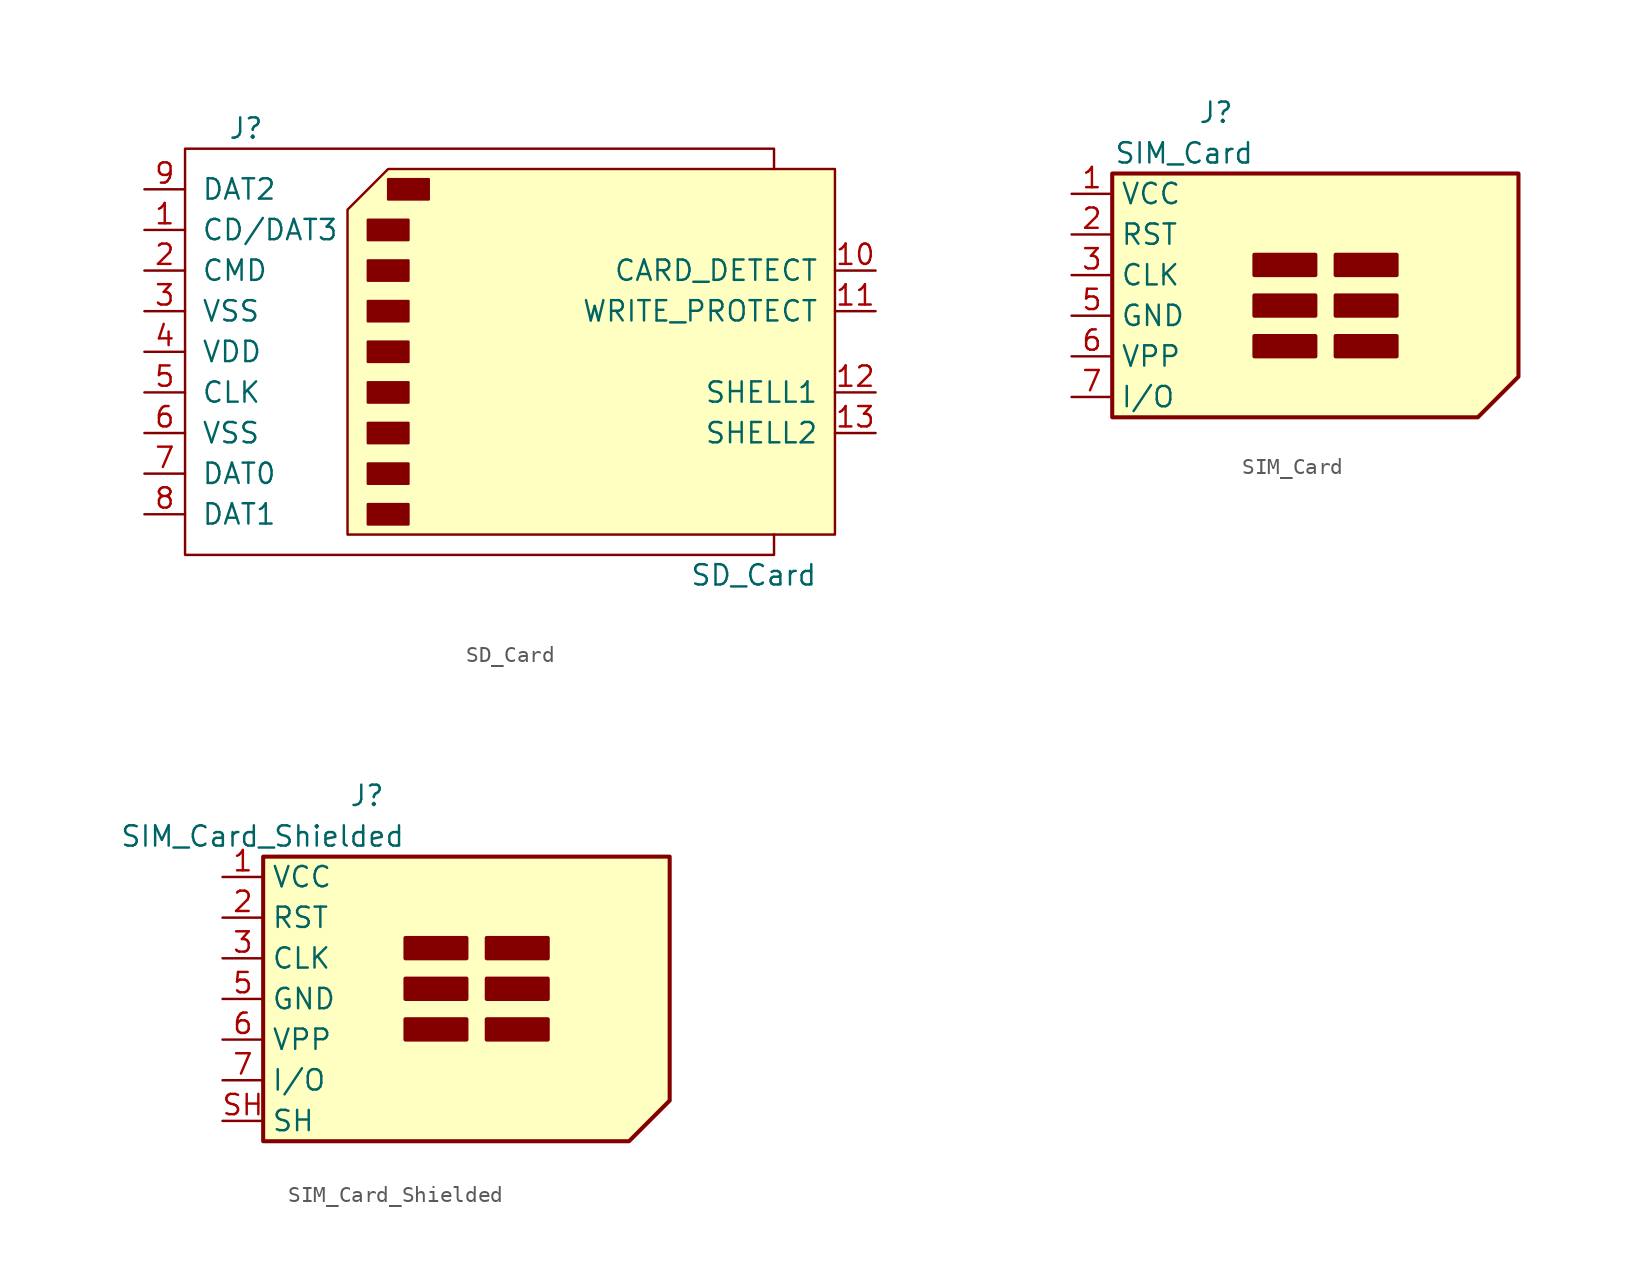
<source format=kicad_sym>
(kicad_symbol_lib
  (version 20211014)
  (generator kicad_symbol_editor)
  (symbol "SD_Card"
    (pin_names
      (offset 1.016))
    (property "Reference" "J"
      (at -16.51 13.97 0)
      (effects (font (size 1.27 1.27))))
    (property "Value" "SD_Card"
      (at 15.24 -13.97 0)
      (effects (font (size 1.27 1.27))))
    (symbol "SD_Card_0_1"
      (rectangle (start -8.89 -9.525) (end -6.35 -10.795) (stroke (width 0) (type default) (color 0 0 0 0)) (fill (type outline)))
      (rectangle (start -8.89 -6.985) (end -6.35 -8.255) (stroke (width 0) (type default) (color 0 0 0 0)) (fill (type outline)))
      (rectangle (start -8.89 -4.445) (end -6.35 -5.715) (stroke (width 0) (type default) (color 0 0 0 0)) (fill (type outline)))
      (rectangle (start -8.89 -1.905) (end -6.35 -3.175) (stroke (width 0) (type default) (color 0 0 0 0)) (fill (type outline)))
      (rectangle (start -8.89 0.635) (end -6.35 -0.635) (stroke (width 0) (type default) (color 0 0 0 0)) (fill (type outline)))
      (rectangle (start -8.89 3.175) (end -6.35 1.905) (stroke (width 0) (type default) (color 0 0 0 0)) (fill (type outline)))
      (rectangle (start -8.89 5.715) (end -6.35 4.445) (stroke (width 0) (type default) (color 0 0 0 0)) (fill (type outline)))
      (rectangle (start -8.89 8.255) (end -6.35 6.985) (stroke (width 0) (type default) (color 0 0 0 0)) (fill (type outline)))
      (rectangle (start -7.62 10.795) (end -5.08 9.525) (stroke (width 0) (type default) (color 0 0 0 0)) (fill (type outline)))
      (polyline (pts (xy -10.16 8.89) (xy -7.62 11.43) (xy 20.32 11.43) (xy 20.32 -11.43) (xy -10.16 -11.43) (xy -10.16 8.89)) (stroke (width 0) (type default) (color 0 0 0 0)) (fill (type background)))
      (polyline (pts (xy 16.51 11.43) (xy 16.51 12.7) (xy -20.32 12.7) (xy -20.32 -12.7) (xy 16.51 -12.7) (xy 16.51 -11.43)) (stroke (width 0) (type default) (color 0 0 0 0)) (fill (type none))))
    (symbol "SD_Card_1_1"
      (pin input line (at -22.86 7.62 0) (length 2.54) (name "CD/DAT3" (effects (font (size 1.27 1.27)))) (number "1" (effects (font (size 1.27 1.27)))))
      (pin input line (at 22.86 5.08 180) (length 2.54) (name "CARD_DETECT" (effects (font (size 1.27 1.27)))) (number "10" (effects (font (size 1.27 1.27)))))
      (pin input line (at 22.86 2.54 180) (length 2.54) (name "WRITE_PROTECT" (effects (font (size 1.27 1.27)))) (number "11" (effects (font (size 1.27 1.27)))))
      (pin input line (at 22.86 -2.54 180) (length 2.54) (name "SHELL1" (effects (font (size 1.27 1.27)))) (number "12" (effects (font (size 1.27 1.27)))))
      (pin input line (at 22.86 -5.08 180) (length 2.54) (name "SHELL2" (effects (font (size 1.27 1.27)))) (number "13" (effects (font (size 1.27 1.27)))))
      (pin input line (at -22.86 5.08 0) (length 2.54) (name "CMD" (effects (font (size 1.27 1.27)))) (number "2" (effects (font (size 1.27 1.27)))))
      (pin power_in line (at -22.86 2.54 0) (length 2.54) (name "VSS" (effects (font (size 1.27 1.27)))) (number "3" (effects (font (size 1.27 1.27)))))
      (pin power_in line (at -22.86 0 0) (length 2.54) (name "VDD" (effects (font (size 1.27 1.27)))) (number "4" (effects (font (size 1.27 1.27)))))
      (pin input line (at -22.86 -2.54 0) (length 2.54) (name "CLK" (effects (font (size 1.27 1.27)))) (number "5" (effects (font (size 1.27 1.27)))))
      (pin power_in line (at -22.86 -5.08 0) (length 2.54) (name "VSS" (effects (font (size 1.27 1.27)))) (number "6" (effects (font (size 1.27 1.27)))))
      (pin input line (at -22.86 -7.62 0) (length 2.54) (name "DAT0" (effects (font (size 1.27 1.27)))) (number "7" (effects (font (size 1.27 1.27)))))
      (pin input line (at -22.86 -10.16 0) (length 2.54) (name "DAT1" (effects (font (size 1.27 1.27)))) (number "8" (effects (font (size 1.27 1.27)))))
      (pin input line (at -22.86 10.16 0) (length 2.54) (name "DAT2" (effects (font (size 1.27 1.27)))) (number "9" (effects (font (size 1.27 1.27)))))))
  (symbol "SIM_Card"
    (property "Reference" "J"
      (at -2.54 12.7 0)
      (effects (font (size 1.27 1.27)) (justify right)))
    (property "Value" "SIM_Card"
      (at -1.27 10.16 0)
      (effects (font (size 1.27 1.27)) (justify right)))
    (symbol "SIM_Card_0_1"
      (rectangle (start -1.27 -2.54) (end 2.54 -1.27) (stroke (width 0.254) (type default) (color 0 0 0 0)) (fill (type outline)))
      (rectangle (start -1.27 0) (end 2.54 1.27) (stroke (width 0.254) (type default) (color 0 0 0 0)) (fill (type outline)))
      (rectangle (start -1.27 2.54) (end 2.54 3.81) (stroke (width 0.254) (type default) (color 0 0 0 0)) (fill (type outline)))
      (polyline (pts (xy -10.16 8.89) (xy 15.24 8.89) (xy 15.24 -3.81) (xy 12.7 -6.35) (xy -10.16 -6.35) (xy -10.16 8.89)) (stroke (width 0.254) (type default) (color 0 0 0 0)) (fill (type background)))
      (rectangle (start 3.81 -1.27) (end 7.62 -2.54) (stroke (width 0.254) (type default) (color 0 0 0 0)) (fill (type outline)))
      (rectangle (start 3.81 0) (end 7.62 1.27) (stroke (width 0.254) (type default) (color 0 0 0 0)) (fill (type outline)))
      (rectangle (start 3.81 2.54) (end 7.62 3.81) (stroke (width 0.254) (type default) (color 0 0 0 0)) (fill (type outline))))
    (symbol "SIM_Card_1_1"
      (pin power_in line (at -12.7 7.62 0) (length 2.54) (name "VCC" (effects (font (size 1.27 1.27)))) (number "1" (effects (font (size 1.27 1.27)))))
      (pin input line (at -12.7 5.08 0) (length 2.54) (name "RST" (effects (font (size 1.27 1.27)))) (number "2" (effects (font (size 1.27 1.27)))))
      (pin input line (at -12.7 2.54 0) (length 2.54) (name "CLK" (effects (font (size 1.27 1.27)))) (number "3" (effects (font (size 1.27 1.27)))))
      (pin power_in line (at -12.7 0 0) (length 2.54) (name "GND" (effects (font (size 1.27 1.27)))) (number "5" (effects (font (size 1.27 1.27)))))
      (pin input line (at -12.7 -2.54 0) (length 2.54) (name "VPP" (effects (font (size 1.27 1.27)))) (number "6" (effects (font (size 1.27 1.27)))))
      (pin bidirectional line (at -12.7 -5.08 0) (length 2.54) (name "I/O" (effects (font (size 1.27 1.27)))) (number "7" (effects (font (size 1.27 1.27)))))))
  (symbol "SIM_Card_Shielded"
    (property "Reference" "J"
      (at -2.54 12.7 0)
      (effects (font (size 1.27 1.27)) (justify right)))
    (property "Value" "SIM_Card_Shielded"
      (at -1.27 10.16 0)
      (effects (font (size 1.27 1.27)) (justify right)))
    (symbol "SIM_Card_Shielded_0_1"
      (rectangle (start -1.27 -2.54) (end 2.54 -1.27) (stroke (width 0.254) (type default) (color 0 0 0 0)) (fill (type outline)))
      (rectangle (start -1.27 0) (end 2.54 1.27) (stroke (width 0.254) (type default) (color 0 0 0 0)) (fill (type outline)))
      (rectangle (start -1.27 2.54) (end 2.54 3.81) (stroke (width 0.254) (type default) (color 0 0 0 0)) (fill (type outline)))
      (polyline (pts (xy -10.16 8.89) (xy -10.16 -8.89) (xy 12.7 -8.89) (xy 15.24 -6.35) (xy 15.24 8.89) (xy -10.16 8.89)) (stroke (width 0.254) (type default) (color 0 0 0 0)) (fill (type background)))
      (rectangle (start 3.81 -1.27) (end 7.62 -2.54) (stroke (width 0.254) (type default) (color 0 0 0 0)) (fill (type outline)))
      (rectangle (start 3.81 0) (end 7.62 1.27) (stroke (width 0.254) (type default) (color 0 0 0 0)) (fill (type outline)))
      (rectangle (start 3.81 2.54) (end 7.62 3.81) (stroke (width 0.254) (type default) (color 0 0 0 0)) (fill (type outline))))
    (symbol "SIM_Card_Shielded_1_1"
      (pin power_in line (at -12.7 7.62 0) (length 2.54) (name "VCC" (effects (font (size 1.27 1.27)))) (number "1" (effects (font (size 1.27 1.27)))))
      (pin input line (at -12.7 5.08 0) (length 2.54) (name "RST" (effects (font (size 1.27 1.27)))) (number "2" (effects (font (size 1.27 1.27)))))
      (pin input line (at -12.7 2.54 0) (length 2.54) (name "CLK" (effects (font (size 1.27 1.27)))) (number "3" (effects (font (size 1.27 1.27)))))
      (pin power_in line (at -12.7 0 0) (length 2.54) (name "GND" (effects (font (size 1.27 1.27)))) (number "5" (effects (font (size 1.27 1.27)))))
      (pin input line (at -12.7 -2.54 0) (length 2.54) (name "VPP" (effects (font (size 1.27 1.27)))) (number "6" (effects (font (size 1.27 1.27)))))
      (pin bidirectional line (at -12.7 -5.08 0) (length 2.54) (name "I/O" (effects (font (size 1.27 1.27)))) (number "7" (effects (font (size 1.27 1.27)))))
      (pin passive line (at -12.7 -7.62 0) (length 2.54) (name "SH" (effects (font (size 1.27 1.27)))) (number "SH" (effects (font (size 1.27 1.27))))))))
</source>
